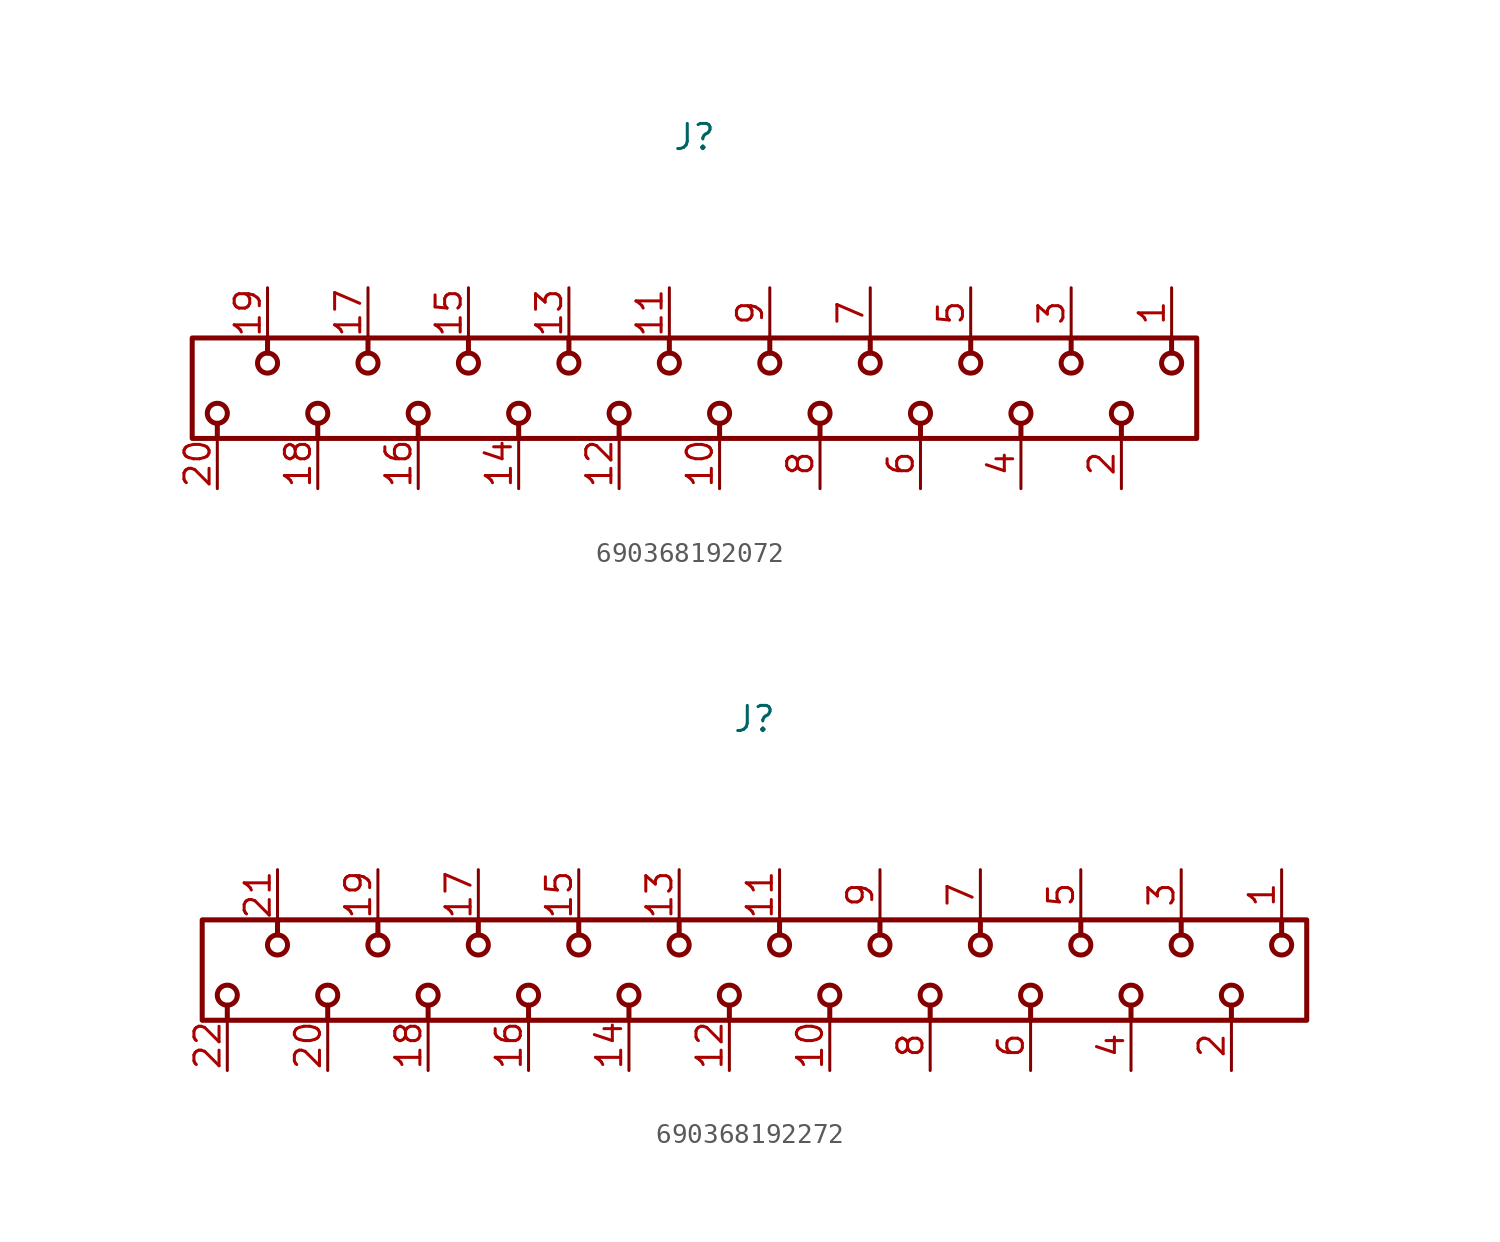
<source format=kicad_sym>
(kicad_symbol_lib
  (version 20241209)
  (generator "kicad_symbol_editor")
  (generator_version "9.0")
  (symbol "690368192072"
    (pin_names
      (hide yes))
    (property "Reference" "J"
      (at 0 12.7 0)
      (effects (font (size 1.27 1.27))))
    (symbol "690368192072_1_1"
      (rectangle (start -25.4 2.54) (end 25.4 -2.54) (stroke (width 0.254) (type solid)) (fill (type none)))
      (circle (center -24.13 -1.27) (radius 0.508) (stroke (width 0.254) (type solid)) (fill (type none)))
      (polyline (pts (xy -24.13 -1.778) (xy -24.13 -2.54)) (stroke (width 0.254) (type solid)) (fill (type none)))
      (polyline (pts (xy -21.59 1.778) (xy -21.59 2.54)) (stroke (width 0.254) (type solid)) (fill (type none)))
      (circle (center -21.59 1.27) (radius 0.508) (stroke (width 0.254) (type solid)) (fill (type none)))
      (circle (center -19.05 -1.27) (radius 0.508) (stroke (width 0.254) (type solid)) (fill (type none)))
      (polyline (pts (xy -19.05 -1.778) (xy -19.05 -2.54)) (stroke (width 0.254) (type solid)) (fill (type none)))
      (polyline (pts (xy -16.51 1.778) (xy -16.51 2.54)) (stroke (width 0.254) (type solid)) (fill (type none)))
      (circle (center -16.51 1.27) (radius 0.508) (stroke (width 0.254) (type solid)) (fill (type none)))
      (circle (center -13.97 -1.27) (radius 0.508) (stroke (width 0.254) (type solid)) (fill (type none)))
      (polyline (pts (xy -13.97 -1.778) (xy -13.97 -2.54)) (stroke (width 0.254) (type solid)) (fill (type none)))
      (polyline (pts (xy -11.43 1.778) (xy -11.43 2.54)) (stroke (width 0.254) (type solid)) (fill (type none)))
      (circle (center -11.43 1.27) (radius 0.508) (stroke (width 0.254) (type solid)) (fill (type none)))
      (circle (center -8.89 -1.27) (radius 0.508) (stroke (width 0.254) (type solid)) (fill (type none)))
      (polyline (pts (xy -8.89 -1.778) (xy -8.89 -2.54)) (stroke (width 0.254) (type solid)) (fill (type none)))
      (polyline (pts (xy -6.35 1.778) (xy -6.35 2.54)) (stroke (width 0.254) (type solid)) (fill (type none)))
      (circle (center -6.35 1.27) (radius 0.508) (stroke (width 0.254) (type solid)) (fill (type none)))
      (circle (center -3.81 -1.27) (radius 0.508) (stroke (width 0.254) (type solid)) (fill (type none)))
      (polyline (pts (xy -3.81 -1.778) (xy -3.81 -2.54)) (stroke (width 0.254) (type solid)) (fill (type none)))
      (polyline (pts (xy -1.27 1.778) (xy -1.27 2.54)) (stroke (width 0.254) (type solid)) (fill (type none)))
      (circle (center -1.27 1.27) (radius 0.508) (stroke (width 0.254) (type solid)) (fill (type none)))
      (circle (center 1.27 -1.27) (radius 0.508) (stroke (width 0.254) (type solid)) (fill (type none)))
      (polyline (pts (xy 1.27 -1.778) (xy 1.27 -2.54)) (stroke (width 0.254) (type solid)) (fill (type none)))
      (polyline (pts (xy 3.81 1.778) (xy 3.81 2.54)) (stroke (width 0.254) (type solid)) (fill (type none)))
      (circle (center 3.81 1.27) (radius 0.508) (stroke (width 0.254) (type solid)) (fill (type none)))
      (circle (center 6.35 -1.27) (radius 0.508) (stroke (width 0.254) (type solid)) (fill (type none)))
      (polyline (pts (xy 6.35 -1.778) (xy 6.35 -2.54)) (stroke (width 0.254) (type solid)) (fill (type none)))
      (polyline (pts (xy 8.89 1.778) (xy 8.89 2.54)) (stroke (width 0.254) (type solid)) (fill (type none)))
      (circle (center 8.89 1.27) (radius 0.508) (stroke (width 0.254) (type solid)) (fill (type none)))
      (circle (center 11.43 -1.27) (radius 0.508) (stroke (width 0.254) (type solid)) (fill (type none)))
      (polyline (pts (xy 11.43 -1.778) (xy 11.43 -2.54)) (stroke (width 0.254) (type solid)) (fill (type none)))
      (polyline (pts (xy 13.97 1.778) (xy 13.97 2.54)) (stroke (width 0.254) (type solid)) (fill (type none)))
      (circle (center 13.97 1.27) (radius 0.508) (stroke (width 0.254) (type solid)) (fill (type none)))
      (circle (center 16.51 -1.27) (radius 0.508) (stroke (width 0.254) (type solid)) (fill (type none)))
      (polyline (pts (xy 16.51 -1.778) (xy 16.51 -2.54)) (stroke (width 0.254) (type solid)) (fill (type none)))
      (polyline (pts (xy 19.05 1.778) (xy 19.05 2.54)) (stroke (width 0.254) (type solid)) (fill (type none)))
      (circle (center 19.05 1.27) (radius 0.508) (stroke (width 0.254) (type solid)) (fill (type none)))
      (circle (center 21.59 -1.27) (radius 0.508) (stroke (width 0.254) (type solid)) (fill (type none)))
      (polyline (pts (xy 21.59 -1.778) (xy 21.59 -2.54)) (stroke (width 0.254) (type solid)) (fill (type none)))
      (polyline (pts (xy 24.13 1.778) (xy 24.13 2.54)) (stroke (width 0.254) (type solid)) (fill (type none)))
      (circle (center 24.13 1.27) (radius 0.508) (stroke (width 0.254) (type solid)) (fill (type none)))
      (pin passive line (at -24.13 -5.08 90) (length 2.54) (name "20" (effects (font (size 1.27 1.27)))) (number "20" (effects (font (size 1.27 1.27)))))
      (pin passive line (at -21.59 5.08 270) (length 2.54) (name "19" (effects (font (size 1.27 1.27)))) (number "19" (effects (font (size 1.27 1.27)))))
      (pin passive line (at -19.05 -5.08 90) (length 2.54) (name "18" (effects (font (size 1.27 1.27)))) (number "18" (effects (font (size 1.27 1.27)))))
      (pin passive line (at -16.51 5.08 270) (length 2.54) (name "17" (effects (font (size 1.27 1.27)))) (number "17" (effects (font (size 1.27 1.27)))))
      (pin passive line (at -13.97 -5.08 90) (length 2.54) (name "16" (effects (font (size 1.27 1.27)))) (number "16" (effects (font (size 1.27 1.27)))))
      (pin passive line (at -11.43 5.08 270) (length 2.54) (name "15" (effects (font (size 1.27 1.27)))) (number "15" (effects (font (size 1.27 1.27)))))
      (pin passive line (at -8.89 -5.08 90) (length 2.54) (name "14" (effects (font (size 1.27 1.27)))) (number "14" (effects (font (size 1.27 1.27)))))
      (pin passive line (at -6.35 5.08 270) (length 2.54) (name "13" (effects (font (size 1.27 1.27)))) (number "13" (effects (font (size 1.27 1.27)))))
      (pin passive line (at -3.81 -5.08 90) (length 2.54) (name "12" (effects (font (size 1.27 1.27)))) (number "12" (effects (font (size 1.27 1.27)))))
      (pin passive line (at -1.27 5.08 270) (length 2.54) (name "11" (effects (font (size 1.27 1.27)))) (number "11" (effects (font (size 1.27 1.27)))))
      (pin passive line (at 1.27 -5.08 90) (length 2.54) (name "10" (effects (font (size 1.27 1.27)))) (number "10" (effects (font (size 1.27 1.27)))))
      (pin passive line (at 3.81 5.08 270) (length 2.54) (name "9" (effects (font (size 1.27 1.27)))) (number "9" (effects (font (size 1.27 1.27)))))
      (pin passive line (at 6.35 -5.08 90) (length 2.54) (name "8" (effects (font (size 1.27 1.27)))) (number "8" (effects (font (size 1.27 1.27)))))
      (pin passive line (at 8.89 5.08 270) (length 2.54) (name "7" (effects (font (size 1.27 1.27)))) (number "7" (effects (font (size 1.27 1.27)))))
      (pin passive line (at 11.43 -5.08 90) (length 2.54) (name "6" (effects (font (size 1.27 1.27)))) (number "6" (effects (font (size 1.27 1.27)))))
      (pin passive line (at 13.97 5.08 270) (length 2.54) (name "5" (effects (font (size 1.27 1.27)))) (number "5" (effects (font (size 1.27 1.27)))))
      (pin passive line (at 16.51 -5.08 90) (length 2.54) (name "4" (effects (font (size 1.27 1.27)))) (number "4" (effects (font (size 1.27 1.27)))))
      (pin passive line (at 19.05 5.08 270) (length 2.54) (name "3" (effects (font (size 1.27 1.27)))) (number "3" (effects (font (size 1.27 1.27)))))
      (pin passive line (at 21.59 -5.08 90) (length 2.54) (name "2" (effects (font (size 1.27 1.27)))) (number "2" (effects (font (size 1.27 1.27)))))
      (pin passive line (at 24.13 5.08 270) (length 2.54) (name "1" (effects (font (size 1.27 1.27)))) (number "1" (effects (font (size 1.27 1.27)))))))
  (symbol "690368192272"
    (pin_names
      (hide yes))
    (property "Reference" "J"
      (at 0 12.7 0)
      (effects (font (size 1.27 1.27))))
    (symbol "690368192272_1_1"
      (rectangle (start -27.94 2.54) (end 27.94 -2.54) (stroke (width 0.254) (type solid)) (fill (type none)))
      (circle (center -26.67 -1.27) (radius 0.508) (stroke (width 0.254) (type solid)) (fill (type none)))
      (polyline (pts (xy -26.67 -1.778) (xy -26.67 -2.54)) (stroke (width 0.254) (type solid)) (fill (type none)))
      (polyline (pts (xy -24.13 1.778) (xy -24.13 2.54)) (stroke (width 0.254) (type solid)) (fill (type none)))
      (circle (center -24.13 1.27) (radius 0.508) (stroke (width 0.254) (type solid)) (fill (type none)))
      (circle (center -21.59 -1.27) (radius 0.508) (stroke (width 0.254) (type solid)) (fill (type none)))
      (polyline (pts (xy -21.59 -1.778) (xy -21.59 -2.54)) (stroke (width 0.254) (type solid)) (fill (type none)))
      (polyline (pts (xy -19.05 1.778) (xy -19.05 2.54)) (stroke (width 0.254) (type solid)) (fill (type none)))
      (circle (center -19.05 1.27) (radius 0.508) (stroke (width 0.254) (type solid)) (fill (type none)))
      (circle (center -16.51 -1.27) (radius 0.508) (stroke (width 0.254) (type solid)) (fill (type none)))
      (polyline (pts (xy -16.51 -1.778) (xy -16.51 -2.54)) (stroke (width 0.254) (type solid)) (fill (type none)))
      (polyline (pts (xy -13.97 1.778) (xy -13.97 2.54)) (stroke (width 0.254) (type solid)) (fill (type none)))
      (circle (center -13.97 1.27) (radius 0.508) (stroke (width 0.254) (type solid)) (fill (type none)))
      (circle (center -11.43 -1.27) (radius 0.508) (stroke (width 0.254) (type solid)) (fill (type none)))
      (polyline (pts (xy -11.43 -1.778) (xy -11.43 -2.54)) (stroke (width 0.254) (type solid)) (fill (type none)))
      (polyline (pts (xy -8.89 1.778) (xy -8.89 2.54)) (stroke (width 0.254) (type solid)) (fill (type none)))
      (circle (center -8.89 1.27) (radius 0.508) (stroke (width 0.254) (type solid)) (fill (type none)))
      (circle (center -6.35 -1.27) (radius 0.508) (stroke (width 0.254) (type solid)) (fill (type none)))
      (polyline (pts (xy -6.35 -1.778) (xy -6.35 -2.54)) (stroke (width 0.254) (type solid)) (fill (type none)))
      (polyline (pts (xy -3.81 1.778) (xy -3.81 2.54)) (stroke (width 0.254) (type solid)) (fill (type none)))
      (circle (center -3.81 1.27) (radius 0.508) (stroke (width 0.254) (type solid)) (fill (type none)))
      (circle (center -1.27 -1.27) (radius 0.508) (stroke (width 0.254) (type solid)) (fill (type none)))
      (polyline (pts (xy -1.27 -1.778) (xy -1.27 -2.54)) (stroke (width 0.254) (type solid)) (fill (type none)))
      (polyline (pts (xy 1.27 1.778) (xy 1.27 2.54)) (stroke (width 0.254) (type solid)) (fill (type none)))
      (circle (center 1.27 1.27) (radius 0.508) (stroke (width 0.254) (type solid)) (fill (type none)))
      (circle (center 3.81 -1.27) (radius 0.508) (stroke (width 0.254) (type solid)) (fill (type none)))
      (polyline (pts (xy 3.81 -1.778) (xy 3.81 -2.54)) (stroke (width 0.254) (type solid)) (fill (type none)))
      (polyline (pts (xy 6.35 1.778) (xy 6.35 2.54)) (stroke (width 0.254) (type solid)) (fill (type none)))
      (circle (center 6.35 1.27) (radius 0.508) (stroke (width 0.254) (type solid)) (fill (type none)))
      (circle (center 8.89 -1.27) (radius 0.508) (stroke (width 0.254) (type solid)) (fill (type none)))
      (polyline (pts (xy 8.89 -1.778) (xy 8.89 -2.54)) (stroke (width 0.254) (type solid)) (fill (type none)))
      (polyline (pts (xy 11.43 1.778) (xy 11.43 2.54)) (stroke (width 0.254) (type solid)) (fill (type none)))
      (circle (center 11.43 1.27) (radius 0.508) (stroke (width 0.254) (type solid)) (fill (type none)))
      (circle (center 13.97 -1.27) (radius 0.508) (stroke (width 0.254) (type solid)) (fill (type none)))
      (polyline (pts (xy 13.97 -1.778) (xy 13.97 -2.54)) (stroke (width 0.254) (type solid)) (fill (type none)))
      (polyline (pts (xy 16.51 1.778) (xy 16.51 2.54)) (stroke (width 0.254) (type solid)) (fill (type none)))
      (circle (center 16.51 1.27) (radius 0.508) (stroke (width 0.254) (type solid)) (fill (type none)))
      (circle (center 19.05 -1.27) (radius 0.508) (stroke (width 0.254) (type solid)) (fill (type none)))
      (polyline (pts (xy 19.05 -1.778) (xy 19.05 -2.54)) (stroke (width 0.254) (type solid)) (fill (type none)))
      (polyline (pts (xy 21.59 1.778) (xy 21.59 2.54)) (stroke (width 0.254) (type solid)) (fill (type none)))
      (circle (center 21.59 1.27) (radius 0.508) (stroke (width 0.254) (type solid)) (fill (type none)))
      (circle (center 24.13 -1.27) (radius 0.508) (stroke (width 0.254) (type solid)) (fill (type none)))
      (polyline (pts (xy 24.13 -1.778) (xy 24.13 -2.54)) (stroke (width 0.254) (type solid)) (fill (type none)))
      (polyline (pts (xy 26.67 1.778) (xy 26.67 2.54)) (stroke (width 0.254) (type solid)) (fill (type none)))
      (circle (center 26.67 1.27) (radius 0.508) (stroke (width 0.254) (type solid)) (fill (type none)))
      (pin passive line (at -26.67 -5.08 90) (length 2.54) (name "22" (effects (font (size 1.27 1.27)))) (number "22" (effects (font (size 1.27 1.27)))))
      (pin passive line (at -24.13 5.08 270) (length 2.54) (name "21" (effects (font (size 1.27 1.27)))) (number "21" (effects (font (size 1.27 1.27)))))
      (pin passive line (at -21.59 -5.08 90) (length 2.54) (name "20" (effects (font (size 1.27 1.27)))) (number "20" (effects (font (size 1.27 1.27)))))
      (pin passive line (at -19.05 5.08 270) (length 2.54) (name "19" (effects (font (size 1.27 1.27)))) (number "19" (effects (font (size 1.27 1.27)))))
      (pin passive line (at -16.51 -5.08 90) (length 2.54) (name "18" (effects (font (size 1.27 1.27)))) (number "18" (effects (font (size 1.27 1.27)))))
      (pin passive line (at -13.97 5.08 270) (length 2.54) (name "17" (effects (font (size 1.27 1.27)))) (number "17" (effects (font (size 1.27 1.27)))))
      (pin passive line (at -11.43 -5.08 90) (length 2.54) (name "16" (effects (font (size 1.27 1.27)))) (number "16" (effects (font (size 1.27 1.27)))))
      (pin passive line (at -8.89 5.08 270) (length 2.54) (name "15" (effects (font (size 1.27 1.27)))) (number "15" (effects (font (size 1.27 1.27)))))
      (pin passive line (at -6.35 -5.08 90) (length 2.54) (name "14" (effects (font (size 1.27 1.27)))) (number "14" (effects (font (size 1.27 1.27)))))
      (pin passive line (at -3.81 5.08 270) (length 2.54) (name "13" (effects (font (size 1.27 1.27)))) (number "13" (effects (font (size 1.27 1.27)))))
      (pin passive line (at -1.27 -5.08 90) (length 2.54) (name "12" (effects (font (size 1.27 1.27)))) (number "12" (effects (font (size 1.27 1.27)))))
      (pin passive line (at 1.27 5.08 270) (length 2.54) (name "11" (effects (font (size 1.27 1.27)))) (number "11" (effects (font (size 1.27 1.27)))))
      (pin passive line (at 3.81 -5.08 90) (length 2.54) (name "10" (effects (font (size 1.27 1.27)))) (number "10" (effects (font (size 1.27 1.27)))))
      (pin passive line (at 6.35 5.08 270) (length 2.54) (name "9" (effects (font (size 1.27 1.27)))) (number "9" (effects (font (size 1.27 1.27)))))
      (pin passive line (at 8.89 -5.08 90) (length 2.54) (name "8" (effects (font (size 1.27 1.27)))) (number "8" (effects (font (size 1.27 1.27)))))
      (pin passive line (at 11.43 5.08 270) (length 2.54) (name "7" (effects (font (size 1.27 1.27)))) (number "7" (effects (font (size 1.27 1.27)))))
      (pin passive line (at 13.97 -5.08 90) (length 2.54) (name "6" (effects (font (size 1.27 1.27)))) (number "6" (effects (font (size 1.27 1.27)))))
      (pin passive line (at 16.51 5.08 270) (length 2.54) (name "5" (effects (font (size 1.27 1.27)))) (number "5" (effects (font (size 1.27 1.27)))))
      (pin passive line (at 19.05 -5.08 90) (length 2.54) (name "4" (effects (font (size 1.27 1.27)))) (number "4" (effects (font (size 1.27 1.27)))))
      (pin passive line (at 21.59 5.08 270) (length 2.54) (name "3" (effects (font (size 1.27 1.27)))) (number "3" (effects (font (size 1.27 1.27)))))
      (pin passive line (at 24.13 -5.08 90) (length 2.54) (name "2" (effects (font (size 1.27 1.27)))) (number "2" (effects (font (size 1.27 1.27)))))
      (pin passive line (at 26.67 5.08 270) (length 2.54) (name "1" (effects (font (size 1.27 1.27)))) (number "1" (effects (font (size 1.27 1.27))))))))
</source>
